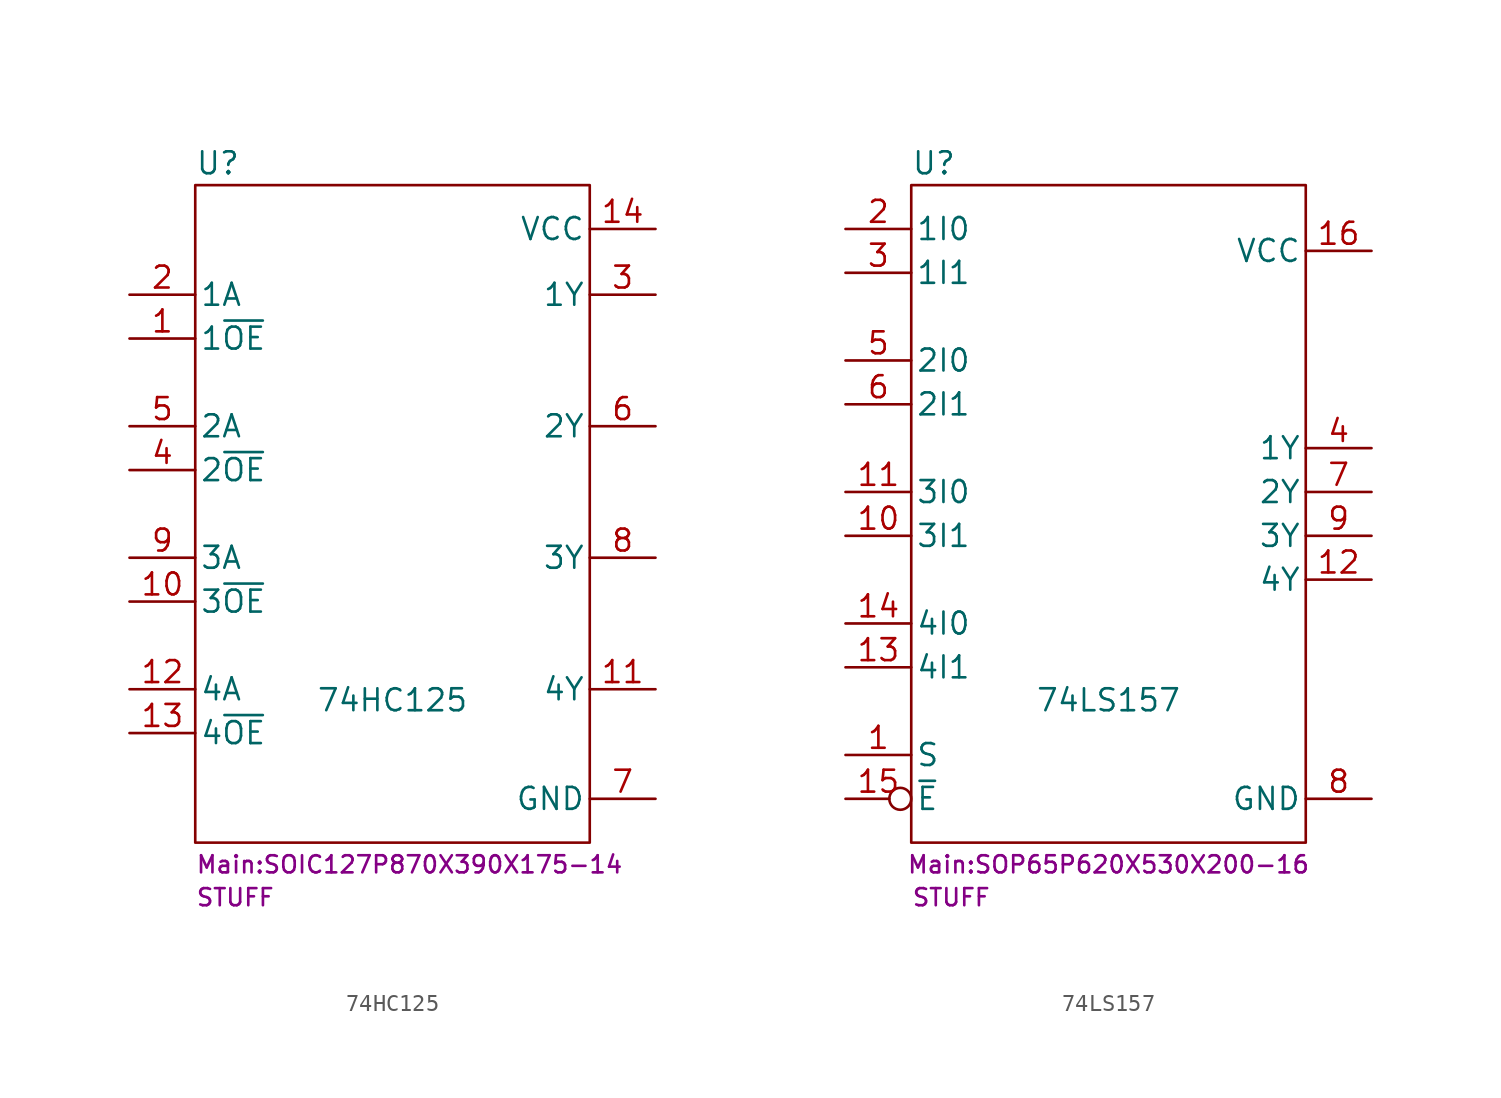
<source format=kicad_sym>
(kicad_symbol_lib
  (version 20211014)
  (generator kicad_symbol_editor)
  (symbol "74HC125"
    (pin_names
      (offset 0.254))
    (property "Reference" "U"
      (at -11.43 20.32 0)
      (effects (font (size 1.27 1.27)) (justify left)))
    (property "Value" "74HC125"
      (at 0 -10.795 0)
      (effects (font (size 1.27 1.27))))
    (property "Footprint" "Main:SOIC127P870X390X175-14"
      (at -11.43 -20.32 0)
      (effects (font (size 0.991 0.991)) (justify left)))
    (property "Datasheet" ""
      (at -11.43 20.32 0)
      (effects (font (size 1.27 1.27))))
    (property "SKU" "STUFF"
      (at -11.43 -22.225 0)
      (effects (font (size 0.991 0.991)) (justify left)))
    (symbol "74HC125_0_0"
      (pin power_in line (at 15.24 16.51 180) (length 3.81) (name "VCC" (effects (font (size 1.27 1.27)))) (number "14" (effects (font (size 1.27 1.27)))))
      (pin power_in line (at 15.24 -16.51 180) (length 3.81) (name "GND" (effects (font (size 1.27 1.27)))) (number "7" (effects (font (size 1.27 1.27))))))
    (symbol "74HC125_0_1"
      (rectangle (start -11.43 19.05) (end 11.43 -19.05) (stroke (width 0) (type default) (color 0 0 0 0)) (fill (type none))))
    (symbol "74HC125_1_1"
      (pin input line (at -15.24 10.16 0) (length 3.81) (name "1~{OE}" (effects (font (size 1.27 1.27)))) (number "1" (effects (font (size 1.27 1.27)))))
      (pin input line (at -15.24 -5.08 0) (length 3.81) (name "3~{OE}" (effects (font (size 1.27 1.27)))) (number "10" (effects (font (size 1.27 1.27)))))
      (pin output line (at 15.24 -10.16 180) (length 3.81) (name "4Y" (effects (font (size 1.27 1.27)))) (number "11" (effects (font (size 1.27 1.27)))))
      (pin input line (at -15.24 -10.16 0) (length 3.81) (name "4A" (effects (font (size 1.27 1.27)))) (number "12" (effects (font (size 1.27 1.27)))))
      (pin input line (at -15.24 -12.7 0) (length 3.81) (name "4~{OE}" (effects (font (size 1.27 1.27)))) (number "13" (effects (font (size 1.27 1.27)))))
      (pin input line (at -15.24 12.7 0) (length 3.81) (name "1A" (effects (font (size 1.27 1.27)))) (number "2" (effects (font (size 1.27 1.27)))))
      (pin output line (at 15.24 12.7 180) (length 3.81) (name "1Y" (effects (font (size 1.27 1.27)))) (number "3" (effects (font (size 1.27 1.27)))))
      (pin input line (at -15.24 2.54 0) (length 3.81) (name "2~{OE}" (effects (font (size 1.27 1.27)))) (number "4" (effects (font (size 1.27 1.27)))))
      (pin input line (at -15.24 5.08 0) (length 3.81) (name "2A" (effects (font (size 1.27 1.27)))) (number "5" (effects (font (size 1.27 1.27)))))
      (pin output line (at 15.24 5.08 180) (length 3.81) (name "2Y" (effects (font (size 1.27 1.27)))) (number "6" (effects (font (size 1.27 1.27)))))
      (pin output line (at 15.24 -2.54 180) (length 3.81) (name "3Y" (effects (font (size 1.27 1.27)))) (number "8" (effects (font (size 1.27 1.27)))))
      (pin input line (at -15.24 -2.54 0) (length 3.81) (name "3A" (effects (font (size 1.27 1.27)))) (number "9" (effects (font (size 1.27 1.27)))))))
  (symbol "74LS157"
    (pin_names
      (offset 0.254))
    (property "Reference" "U"
      (at -11.43 20.32 0)
      (effects (font (size 1.27 1.27)) (justify left)))
    (property "Value" "74LS157"
      (at 0 -10.795 0)
      (effects (font (size 1.27 1.27))))
    (property "Footprint" "Main:SOP65P620X530X200-16"
      (at 0 -20.32 0)
      (effects (font (size 0.991 0.991))))
    (property "Datasheet" ""
      (at -11.43 20.32 0)
      (effects (font (size 1.27 1.27))))
    (property "SKU" "STUFF"
      (at -11.43 -22.225 0)
      (effects (font (size 0.991 0.991)) (justify left)))
    (symbol "74LS157_0_0"
      (pin power_in line (at 15.24 15.24 180) (length 3.81) (name "VCC" (effects (font (size 1.27 1.27)))) (number "16" (effects (font (size 1.27 1.27)))))
      (pin power_in line (at 15.24 -16.51 180) (length 3.81) (name "GND" (effects (font (size 1.27 1.27)))) (number "8" (effects (font (size 1.27 1.27))))))
    (symbol "74LS157_0_1"
      (rectangle (start -11.43 19.05) (end 11.43 -19.05) (stroke (width 0) (type default) (color 0 0 0 0)) (fill (type none))))
    (symbol "74LS157_1_1"
      (pin input line (at -15.24 -13.97 0) (length 3.81) (name "S" (effects (font (size 1.27 1.27)))) (number "1" (effects (font (size 1.27 1.27)))))
      (pin input line (at -15.24 -1.27 0) (length 3.81) (name "3I1" (effects (font (size 1.27 1.27)))) (number "10" (effects (font (size 1.27 1.27)))))
      (pin input line (at -15.24 1.27 0) (length 3.81) (name "3I0" (effects (font (size 1.27 1.27)))) (number "11" (effects (font (size 1.27 1.27)))))
      (pin output line (at 15.24 -3.81 180) (length 3.81) (name "4Y" (effects (font (size 1.27 1.27)))) (number "12" (effects (font (size 1.27 1.27)))))
      (pin input line (at -15.24 -8.89 0) (length 3.81) (name "4I1" (effects (font (size 1.27 1.27)))) (number "13" (effects (font (size 1.27 1.27)))))
      (pin input line (at -15.24 -6.35 0) (length 3.81) (name "4I0" (effects (font (size 1.27 1.27)))) (number "14" (effects (font (size 1.27 1.27)))))
      (pin input inverted (at -15.24 -16.51 0) (length 3.81) (name "~{E}" (effects (font (size 1.27 1.27)))) (number "15" (effects (font (size 1.27 1.27)))))
      (pin input line (at -15.24 16.51 0) (length 3.81) (name "1I0" (effects (font (size 1.27 1.27)))) (number "2" (effects (font (size 1.27 1.27)))))
      (pin input line (at -15.24 13.97 0) (length 3.81) (name "1I1" (effects (font (size 1.27 1.27)))) (number "3" (effects (font (size 1.27 1.27)))))
      (pin output line (at 15.24 3.81 180) (length 3.81) (name "1Y" (effects (font (size 1.27 1.27)))) (number "4" (effects (font (size 1.27 1.27)))))
      (pin input line (at -15.24 8.89 0) (length 3.81) (name "2I0" (effects (font (size 1.27 1.27)))) (number "5" (effects (font (size 1.27 1.27)))))
      (pin input line (at -15.24 6.35 0) (length 3.81) (name "2I1" (effects (font (size 1.27 1.27)))) (number "6" (effects (font (size 1.27 1.27)))))
      (pin output line (at 15.24 1.27 180) (length 3.81) (name "2Y" (effects (font (size 1.27 1.27)))) (number "7" (effects (font (size 1.27 1.27)))))
      (pin output line (at 15.24 -1.27 180) (length 3.81) (name "3Y" (effects (font (size 1.27 1.27)))) (number "9" (effects (font (size 1.27 1.27))))))))
</source>
